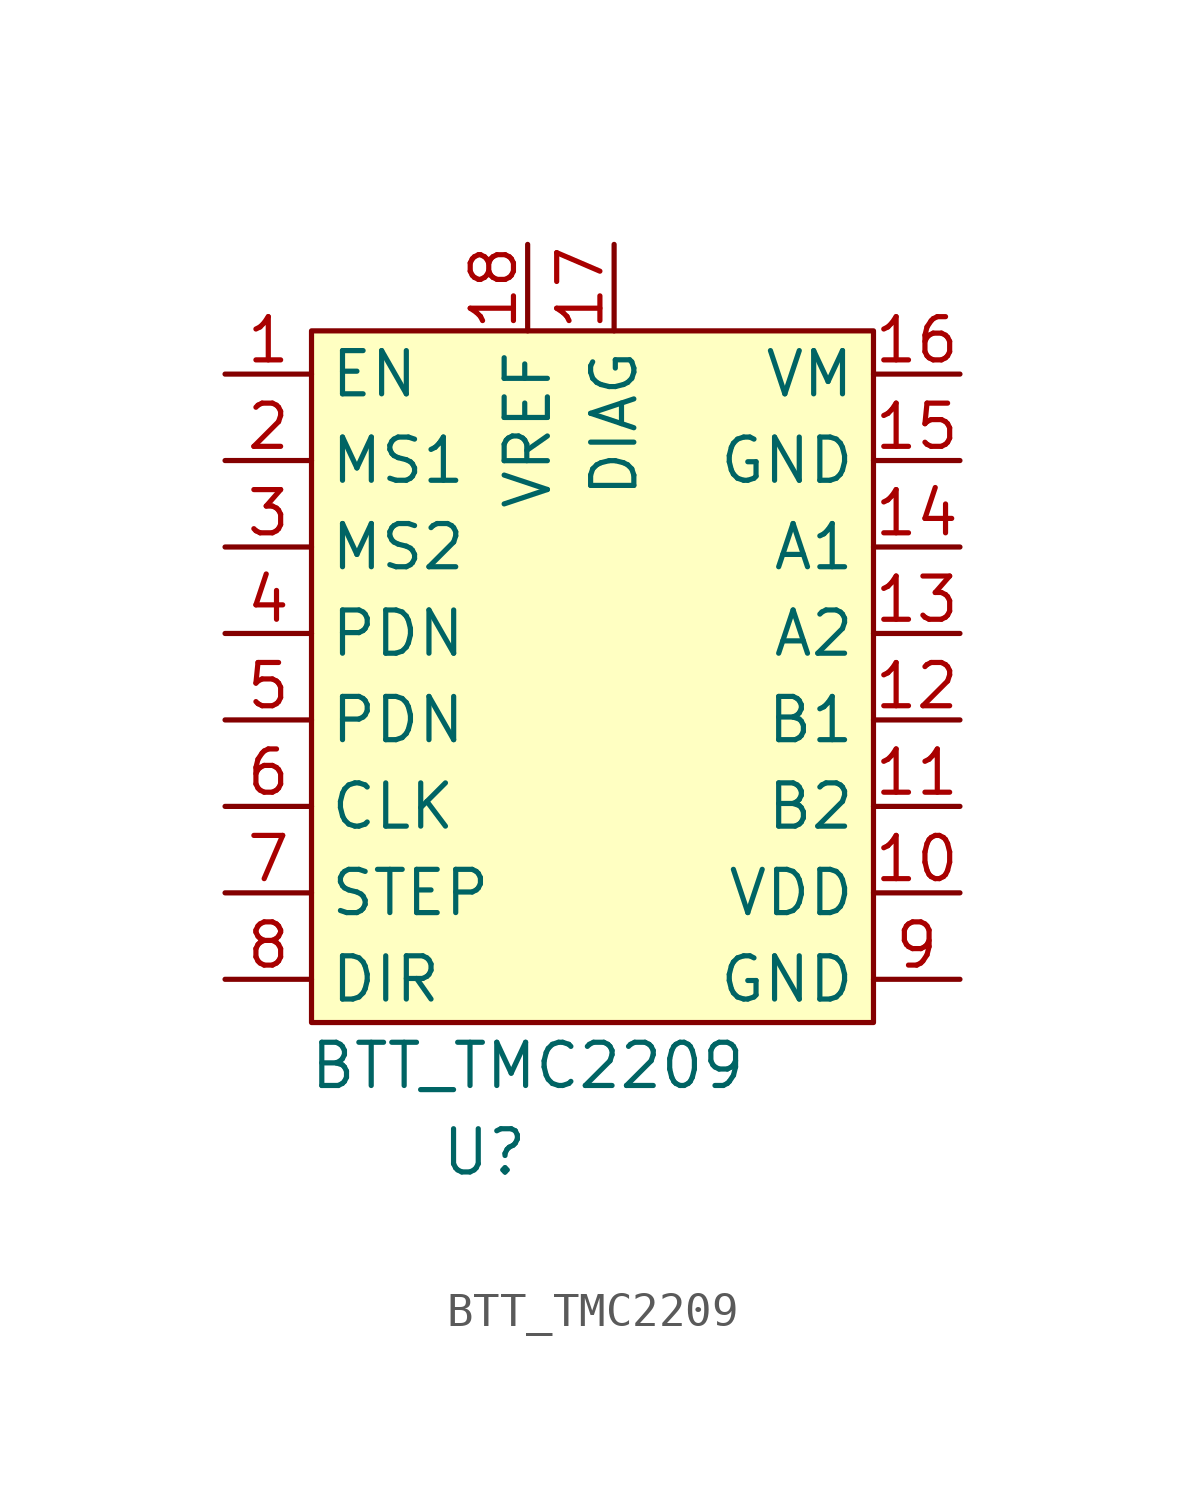
<source format=kicad_sym>
(kicad_symbol_lib
  (version 20211014)
  (generator kicad_symbol_editor)
  (symbol "BTT_TMC2209"
    (property "Reference" "U"
      (at -1.27 -25.4 0)
      (effects (font (size 1.27 1.27))))
    (property "Value" "BTT_TMC2209"
      (at 0 -22.86 0)
      (effects (font (size 1.27 1.27))))
    (symbol "BTT_TMC2209_0_1"
      (rectangle (start 10.16 -21.59) (end -6.35 -1.27) (stroke (width 0) (type default) (color 0 0 0 0)) (fill (type background))))
    (symbol "BTT_TMC2209_1_1"
      (pin input line (at -8.89 -2.54 0) (length 2.54) (name "EN" (effects (font (size 1.27 1.27)))) (number "1" (effects (font (size 1.27 1.27)))))
      (pin power_in line (at 12.7 -17.78 180) (length 2.54) (name "VDD" (effects (font (size 1.27 1.27)))) (number "10" (effects (font (size 1.27 1.27)))))
      (pin output line (at 12.7 -15.24 180) (length 2.54) (name "B2" (effects (font (size 1.27 1.27)))) (number "11" (effects (font (size 1.27 1.27)))))
      (pin output line (at 12.7 -12.7 180) (length 2.54) (name "B1" (effects (font (size 1.27 1.27)))) (number "12" (effects (font (size 1.27 1.27)))))
      (pin output line (at 12.7 -10.16 180) (length 2.54) (name "A2" (effects (font (size 1.27 1.27)))) (number "13" (effects (font (size 1.27 1.27)))))
      (pin output line (at 12.7 -7.62 180) (length 2.54) (name "A1" (effects (font (size 1.27 1.27)))) (number "14" (effects (font (size 1.27 1.27)))))
      (pin power_in line (at 12.7 -5.08 180) (length 2.54) (name "GND" (effects (font (size 1.27 1.27)))) (number "15" (effects (font (size 1.27 1.27)))))
      (pin power_in line (at 12.7 -2.54 180) (length 2.54) (name "VM" (effects (font (size 1.27 1.27)))) (number "16" (effects (font (size 1.27 1.27)))))
      (pin output line (at 2.54 1.27 270) (length 2.54) (name "DIAG" (effects (font (size 1.27 1.27)))) (number "17" (effects (font (size 1.27 1.27)))))
      (pin output line (at 0 1.27 270) (length 2.54) (name "VREF" (effects (font (size 1.27 1.27)))) (number "18" (effects (font (size 1.27 1.27)))))
      (pin input line (at -8.89 -5.08 0) (length 2.54) (name "MS1" (effects (font (size 1.27 1.27)))) (number "2" (effects (font (size 1.27 1.27)))))
      (pin input line (at -8.89 -7.62 0) (length 2.54) (name "MS2" (effects (font (size 1.27 1.27)))) (number "3" (effects (font (size 1.27 1.27)))))
      (pin input line (at -8.89 -10.16 0) (length 2.54) (name "PDN" (effects (font (size 1.27 1.27)))) (number "4" (effects (font (size 1.27 1.27)))))
      (pin input line (at -8.89 -12.7 0) (length 2.54) (name "PDN" (effects (font (size 1.27 1.27)))) (number "5" (effects (font (size 1.27 1.27)))))
      (pin input line (at -8.89 -15.24 0) (length 2.54) (name "CLK" (effects (font (size 1.27 1.27)))) (number "6" (effects (font (size 1.27 1.27)))))
      (pin input line (at -8.89 -17.78 0) (length 2.54) (name "STEP" (effects (font (size 1.27 1.27)))) (number "7" (effects (font (size 1.27 1.27)))))
      (pin input line (at -8.89 -20.32 0) (length 2.54) (name "DIR" (effects (font (size 1.27 1.27)))) (number "8" (effects (font (size 1.27 1.27)))))
      (pin power_in line (at 12.7 -20.32 180) (length 2.54) (name "GND" (effects (font (size 1.27 1.27)))) (number "9" (effects (font (size 1.27 1.27))))))))
</source>
